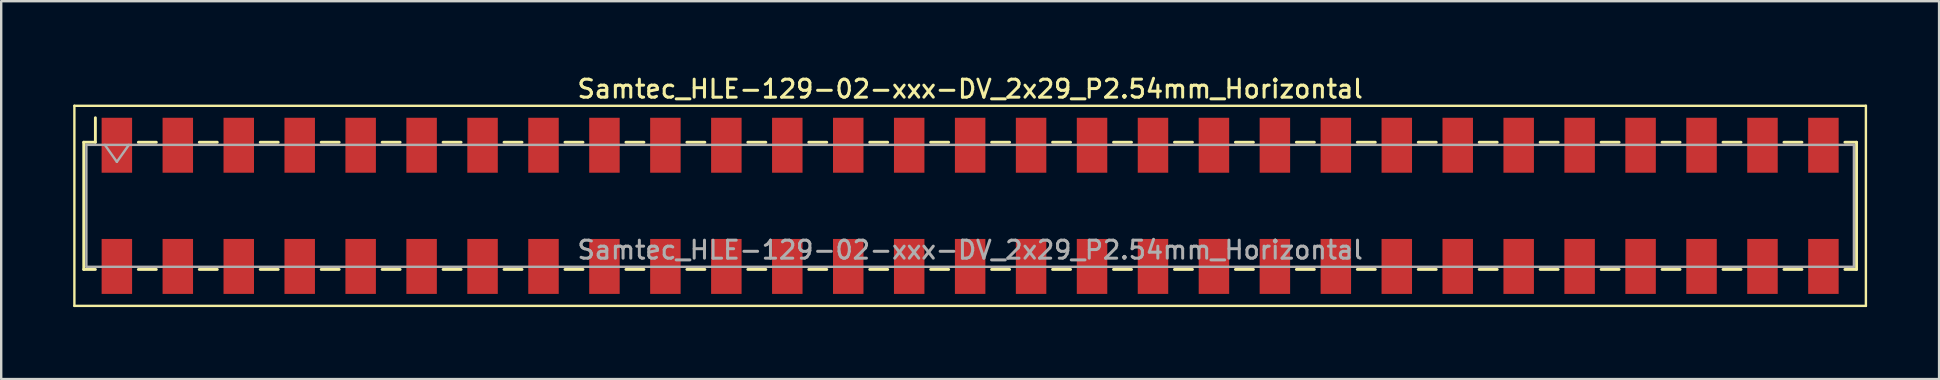
<source format=kicad_pcb>
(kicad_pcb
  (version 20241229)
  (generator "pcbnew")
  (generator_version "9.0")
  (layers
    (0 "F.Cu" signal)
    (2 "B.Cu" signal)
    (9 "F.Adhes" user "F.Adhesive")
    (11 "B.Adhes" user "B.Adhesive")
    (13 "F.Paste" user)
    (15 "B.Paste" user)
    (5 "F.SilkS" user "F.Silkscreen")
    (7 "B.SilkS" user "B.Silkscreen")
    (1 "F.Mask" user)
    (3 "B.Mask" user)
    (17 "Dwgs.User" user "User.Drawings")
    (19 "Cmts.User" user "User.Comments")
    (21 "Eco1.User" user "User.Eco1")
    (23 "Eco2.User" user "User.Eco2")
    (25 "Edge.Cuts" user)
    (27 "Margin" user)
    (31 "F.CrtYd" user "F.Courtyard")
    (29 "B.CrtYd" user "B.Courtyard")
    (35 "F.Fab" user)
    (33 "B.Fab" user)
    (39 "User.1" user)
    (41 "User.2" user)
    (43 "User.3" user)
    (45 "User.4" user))
  (footprint "Samtec_HLE-129-02-xxx-DV_2x29_P2.54mm_Horizontal"
    (layer "F.Cu")
    (at 37.38 5.528)
    (property "Reference" "Samtec_HLE-129-02-xxx-DV_2x29_P2.54mm_Horizontal" (at 0 -4.87 0) (layer "F.SilkS") (effects (font (size 0.75 0.75) (thickness 0.125))))
    (attr smd)
    (fp_line (start -37.33 -4.17) (end 37.33 -4.17) (stroke (width 0.1) (type solid)) (layer "F.SilkS"))
    (fp_line (start -37.33 4.17) (end -37.33 -4.17) (stroke (width 0.1) (type solid)) (layer "F.SilkS"))
    (fp_line (start -36.94 -2.65) (end -36.94 2.65) (stroke (width 0.12) (type solid)) (layer "F.SilkS"))
    (fp_line (start -36.94 2.65) (end -36.455 2.65) (stroke (width 0.12) (type solid)) (layer "F.SilkS"))
    (fp_line (start -36.455 -3.67) (end -36.455 -2.65) (stroke (width 0.12) (type solid)) (layer "F.SilkS"))
    (fp_line (start -36.455 -2.65) (end -36.94 -2.65) (stroke (width 0.12) (type solid)) (layer "F.SilkS"))
    (fp_line (start -34.665 -2.65) (end -33.915 -2.65) (stroke (width 0.12) (type solid)) (layer "F.SilkS"))
    (fp_line (start -34.665 2.65) (end -33.915 2.65) (stroke (width 0.12) (type solid)) (layer "F.SilkS"))
    (fp_line (start -32.125 -2.65) (end -31.375 -2.65) (stroke (width 0.12) (type solid)) (layer "F.SilkS"))
    (fp_line (start -32.125 2.65) (end -31.375 2.65) (stroke (width 0.12) (type solid)) (layer "F.SilkS"))
    (fp_line (start -29.585 -2.65) (end -28.835 -2.65) (stroke (width 0.12) (type solid)) (layer "F.SilkS"))
    (fp_line (start -29.585 2.65) (end -28.835 2.65) (stroke (width 0.12) (type solid)) (layer "F.SilkS"))
    (fp_line (start -27.045 -2.65) (end -26.295 -2.65) (stroke (width 0.12) (type solid)) (layer "F.SilkS"))
    (fp_line (start -27.045 2.65) (end -26.295 2.65) (stroke (width 0.12) (type solid)) (layer "F.SilkS"))
    (fp_line (start -24.505 -2.65) (end -23.755 -2.65) (stroke (width 0.12) (type solid)) (layer "F.SilkS"))
    (fp_line (start -24.505 2.65) (end -23.755 2.65) (stroke (width 0.12) (type solid)) (layer "F.SilkS"))
    (fp_line (start -21.965 -2.65) (end -21.215 -2.65) (stroke (width 0.12) (type solid)) (layer "F.SilkS"))
    (fp_line (start -21.965 2.65) (end -21.215 2.65) (stroke (width 0.12) (type solid)) (layer "F.SilkS"))
    (fp_line (start -19.425 -2.65) (end -18.675 -2.65) (stroke (width 0.12) (type solid)) (layer "F.SilkS"))
    (fp_line (start -19.425 2.65) (end -18.675 2.65) (stroke (width 0.12) (type solid)) (layer "F.SilkS"))
    (fp_line (start -16.885 -2.65) (end -16.135 -2.65) (stroke (width 0.12) (type solid)) (layer "F.SilkS"))
    (fp_line (start -16.885 2.65) (end -16.135 2.65) (stroke (width 0.12) (type solid)) (layer "F.SilkS"))
    (fp_line (start -14.345 -2.65) (end -13.595 -2.65) (stroke (width 0.12) (type solid)) (layer "F.SilkS"))
    (fp_line (start -14.345 2.65) (end -13.595 2.65) (stroke (width 0.12) (type solid)) (layer "F.SilkS"))
    (fp_line (start -11.805 -2.65) (end -11.055 -2.65) (stroke (width 0.12) (type solid)) (layer "F.SilkS"))
    (fp_line (start -11.805 2.65) (end -11.055 2.65) (stroke (width 0.12) (type solid)) (layer "F.SilkS"))
    (fp_line (start -9.265 -2.65) (end -8.515 -2.65) (stroke (width 0.12) (type solid)) (layer "F.SilkS"))
    (fp_line (start -9.265 2.65) (end -8.515 2.65) (stroke (width 0.12) (type solid)) (layer "F.SilkS"))
    (fp_line (start -6.725 -2.65) (end -5.975 -2.65) (stroke (width 0.12) (type solid)) (layer "F.SilkS"))
    (fp_line (start -6.725 2.65) (end -5.975 2.65) (stroke (width 0.12) (type solid)) (layer "F.SilkS"))
    (fp_line (start -4.185 -2.65) (end -3.435 -2.65) (stroke (width 0.12) (type solid)) (layer "F.SilkS"))
    (fp_line (start -4.185 2.65) (end -3.435 2.65) (stroke (width 0.12) (type solid)) (layer "F.SilkS"))
    (fp_line (start -1.645 -2.65) (end -0.895 -2.65) (stroke (width 0.12) (type solid)) (layer "F.SilkS"))
    (fp_line (start -1.645 2.65) (end -0.895 2.65) (stroke (width 0.12) (type solid)) (layer "F.SilkS"))
    (fp_line (start 0.895 -2.65) (end 1.645 -2.65) (stroke (width 0.12) (type solid)) (layer "F.SilkS"))
    (fp_line (start 0.895 2.65) (end 1.645 2.65) (stroke (width 0.12) (type solid)) (layer "F.SilkS"))
    (fp_line (start 3.435 -2.65) (end 4.185 -2.65) (stroke (width 0.12) (type solid)) (layer "F.SilkS"))
    (fp_line (start 3.435 2.65) (end 4.185 2.65) (stroke (width 0.12) (type solid)) (layer "F.SilkS"))
    (fp_line (start 5.975 -2.65) (end 6.725 -2.65) (stroke (width 0.12) (type solid)) (layer "F.SilkS"))
    (fp_line (start 5.975 2.65) (end 6.725 2.65) (stroke (width 0.12) (type solid)) (layer "F.SilkS"))
    (fp_line (start 8.515 -2.65) (end 9.265 -2.65) (stroke (width 0.12) (type solid)) (layer "F.SilkS"))
    (fp_line (start 8.515 2.65) (end 9.265 2.65) (stroke (width 0.12) (type solid)) (layer "F.SilkS"))
    (fp_line (start 11.055 -2.65) (end 11.805 -2.65) (stroke (width 0.12) (type solid)) (layer "F.SilkS"))
    (fp_line (start 11.055 2.65) (end 11.805 2.65) (stroke (width 0.12) (type solid)) (layer "F.SilkS"))
    (fp_line (start 13.595 -2.65) (end 14.345 -2.65) (stroke (width 0.12) (type solid)) (layer "F.SilkS"))
    (fp_line (start 13.595 2.65) (end 14.345 2.65) (stroke (width 0.12) (type solid)) (layer "F.SilkS"))
    (fp_line (start 16.135 -2.65) (end 16.885 -2.65) (stroke (width 0.12) (type solid)) (layer "F.SilkS"))
    (fp_line (start 16.135 2.65) (end 16.885 2.65) (stroke (width 0.12) (type solid)) (layer "F.SilkS"))
    (fp_line (start 18.675 -2.65) (end 19.425 -2.65) (stroke (width 0.12) (type solid)) (layer "F.SilkS"))
    (fp_line (start 18.675 2.65) (end 19.425 2.65) (stroke (width 0.12) (type solid)) (layer "F.SilkS"))
    (fp_line (start 21.215 -2.65) (end 21.965 -2.65) (stroke (width 0.12) (type solid)) (layer "F.SilkS"))
    (fp_line (start 21.215 2.65) (end 21.965 2.65) (stroke (width 0.12) (type solid)) (layer "F.SilkS"))
    (fp_line (start 23.755 -2.65) (end 24.505 -2.65) (stroke (width 0.12) (type solid)) (layer "F.SilkS"))
    (fp_line (start 23.755 2.65) (end 24.505 2.65) (stroke (width 0.12) (type solid)) (layer "F.SilkS"))
    (fp_line (start 26.295 -2.65) (end 27.045 -2.65) (stroke (width 0.12) (type solid)) (layer "F.SilkS"))
    (fp_line (start 26.295 2.65) (end 27.045 2.65) (stroke (width 0.12) (type solid)) (layer "F.SilkS"))
    (fp_line (start 28.835 -2.65) (end 29.585 -2.65) (stroke (width 0.12) (type solid)) (layer "F.SilkS"))
    (fp_line (start 28.835 2.65) (end 29.585 2.65) (stroke (width 0.12) (type solid)) (layer "F.SilkS"))
    (fp_line (start 31.375 -2.65) (end 32.125 -2.65) (stroke (width 0.12) (type solid)) (layer "F.SilkS"))
    (fp_line (start 31.375 2.65) (end 32.125 2.65) (stroke (width 0.12) (type solid)) (layer "F.SilkS"))
    (fp_line (start 33.915 -2.65) (end 34.665 -2.65) (stroke (width 0.12) (type solid)) (layer "F.SilkS"))
    (fp_line (start 33.915 2.65) (end 34.665 2.65) (stroke (width 0.12) (type solid)) (layer "F.SilkS"))
    (fp_line (start 36.455 -2.65) (end 36.94 -2.65) (stroke (width 0.12) (type solid)) (layer "F.SilkS"))
    (fp_line (start 36.94 -2.65) (end 36.94 2.65) (stroke (width 0.12) (type solid)) (layer "F.SilkS"))
    (fp_line (start 36.94 2.65) (end 36.455 2.65) (stroke (width 0.12) (type solid)) (layer "F.SilkS"))
    (fp_line (start 37.33 -4.17) (end 37.33 4.17) (stroke (width 0.1) (type solid)) (layer "F.SilkS"))
    (fp_line (start 37.33 4.17) (end -37.33 4.17) (stroke (width 0.1) (type solid)) (layer "F.SilkS"))
    (fp_line (start -36.83 -2.54) (end 36.83 -2.54) (stroke (width 0.1) (type solid)) (layer "F.Fab"))
    (fp_line (start -36.83 2.54) (end -36.83 -2.54) (stroke (width 0.1) (type solid)) (layer "F.Fab"))
    (fp_line (start -36.06 -2.54) (end -35.56 -1.833) (stroke (width 0.1) (type solid)) (layer "F.Fab"))
    (fp_line (start -35.56 -1.833) (end -35.06 -2.54) (stroke (width 0.1) (type solid)) (layer "F.Fab"))
    (fp_line (start 36.83 -2.54) (end 36.83 2.54) (stroke (width 0.1) (type solid)) (layer "F.Fab"))
    (fp_line (start 36.83 2.54) (end -36.83 2.54) (stroke (width 0.1) (type solid)) (layer "F.Fab"))
    (fp_text user "${REFERENCE}" (at 0 1.84 0) (layer "F.Fab") (effects (font (size 0.75 0.75) (thickness 0.125))))
    (pad "1" smd rect (at -35.56 -2.525) (size 1.27 2.29) (layers "F.Cu" "F.Mask" "F.Paste"))
    (pad "2" smd rect (at -35.56 2.525) (size 1.27 2.29) (layers "F.Cu" "F.Mask" "F.Paste"))
    (pad "3" smd rect (at -33.02 -2.525) (size 1.27 2.29) (layers "F.Cu" "F.Mask" "F.Paste"))
    (pad "4" smd rect (at -33.02 2.525) (size 1.27 2.29) (layers "F.Cu" "F.Mask" "F.Paste"))
    (pad "5" smd rect (at -30.48 -2.525) (size 1.27 2.29) (layers "F.Cu" "F.Mask" "F.Paste"))
    (pad "6" smd rect (at -30.48 2.525) (size 1.27 2.29) (layers "F.Cu" "F.Mask" "F.Paste"))
    (pad "7" smd rect (at -27.94 -2.525) (size 1.27 2.29) (layers "F.Cu" "F.Mask" "F.Paste"))
    (pad "8" smd rect (at -27.94 2.525) (size 1.27 2.29) (layers "F.Cu" "F.Mask" "F.Paste"))
    (pad "9" smd rect (at -25.4 -2.525) (size 1.27 2.29) (layers "F.Cu" "F.Mask" "F.Paste"))
    (pad "10" smd rect (at -25.4 2.525) (size 1.27 2.29) (layers "F.Cu" "F.Mask" "F.Paste"))
    (pad "11" smd rect (at -22.86 -2.525) (size 1.27 2.29) (layers "F.Cu" "F.Mask" "F.Paste"))
    (pad "12" smd rect (at -22.86 2.525) (size 1.27 2.29) (layers "F.Cu" "F.Mask" "F.Paste"))
    (pad "13" smd rect (at -20.32 -2.525) (size 1.27 2.29) (layers "F.Cu" "F.Mask" "F.Paste"))
    (pad "14" smd rect (at -20.32 2.525) (size 1.27 2.29) (layers "F.Cu" "F.Mask" "F.Paste"))
    (pad "15" smd rect (at -17.78 -2.525) (size 1.27 2.29) (layers "F.Cu" "F.Mask" "F.Paste"))
    (pad "16" smd rect (at -17.78 2.525) (size 1.27 2.29) (layers "F.Cu" "F.Mask" "F.Paste"))
    (pad "17" smd rect (at -15.24 -2.525) (size 1.27 2.29) (layers "F.Cu" "F.Mask" "F.Paste"))
    (pad "18" smd rect (at -15.24 2.525) (size 1.27 2.29) (layers "F.Cu" "F.Mask" "F.Paste"))
    (pad "19" smd rect (at -12.7 -2.525) (size 1.27 2.29) (layers "F.Cu" "F.Mask" "F.Paste"))
    (pad "20" smd rect (at -12.7 2.525) (size 1.27 2.29) (layers "F.Cu" "F.Mask" "F.Paste"))
    (pad "21" smd rect (at -10.16 -2.525) (size 1.27 2.29) (layers "F.Cu" "F.Mask" "F.Paste"))
    (pad "22" smd rect (at -10.16 2.525) (size 1.27 2.29) (layers "F.Cu" "F.Mask" "F.Paste"))
    (pad "23" smd rect (at -7.62 -2.525) (size 1.27 2.29) (layers "F.Cu" "F.Mask" "F.Paste"))
    (pad "24" smd rect (at -7.62 2.525) (size 1.27 2.29) (layers "F.Cu" "F.Mask" "F.Paste"))
    (pad "25" smd rect (at -5.08 -2.525) (size 1.27 2.29) (layers "F.Cu" "F.Mask" "F.Paste"))
    (pad "26" smd rect (at -5.08 2.525) (size 1.27 2.29) (layers "F.Cu" "F.Mask" "F.Paste"))
    (pad "27" smd rect (at -2.54 -2.525) (size 1.27 2.29) (layers "F.Cu" "F.Mask" "F.Paste"))
    (pad "28" smd rect (at -2.54 2.525) (size 1.27 2.29) (layers "F.Cu" "F.Mask" "F.Paste"))
    (pad "29" smd rect (at 0 -2.525) (size 1.27 2.29) (layers "F.Cu" "F.Mask" "F.Paste"))
    (pad "30" smd rect (at 0 2.525) (size 1.27 2.29) (layers "F.Cu" "F.Mask" "F.Paste"))
    (pad "31" smd rect (at 2.54 -2.525) (size 1.27 2.29) (layers "F.Cu" "F.Mask" "F.Paste"))
    (pad "32" smd rect (at 2.54 2.525) (size 1.27 2.29) (layers "F.Cu" "F.Mask" "F.Paste"))
    (pad "33" smd rect (at 5.08 -2.525) (size 1.27 2.29) (layers "F.Cu" "F.Mask" "F.Paste"))
    (pad "34" smd rect (at 5.08 2.525) (size 1.27 2.29) (layers "F.Cu" "F.Mask" "F.Paste"))
    (pad "35" smd rect (at 7.62 -2.525) (size 1.27 2.29) (layers "F.Cu" "F.Mask" "F.Paste"))
    (pad "36" smd rect (at 7.62 2.525) (size 1.27 2.29) (layers "F.Cu" "F.Mask" "F.Paste"))
    (pad "37" smd rect (at 10.16 -2.525) (size 1.27 2.29) (layers "F.Cu" "F.Mask" "F.Paste"))
    (pad "38" smd rect (at 10.16 2.525) (size 1.27 2.29) (layers "F.Cu" "F.Mask" "F.Paste"))
    (pad "39" smd rect (at 12.7 -2.525) (size 1.27 2.29) (layers "F.Cu" "F.Mask" "F.Paste"))
    (pad "40" smd rect (at 12.7 2.525) (size 1.27 2.29) (layers "F.Cu" "F.Mask" "F.Paste"))
    (pad "41" smd rect (at 15.24 -2.525) (size 1.27 2.29) (layers "F.Cu" "F.Mask" "F.Paste"))
    (pad "42" smd rect (at 15.24 2.525) (size 1.27 2.29) (layers "F.Cu" "F.Mask" "F.Paste"))
    (pad "43" smd rect (at 17.78 -2.525) (size 1.27 2.29) (layers "F.Cu" "F.Mask" "F.Paste"))
    (pad "44" smd rect (at 17.78 2.525) (size 1.27 2.29) (layers "F.Cu" "F.Mask" "F.Paste"))
    (pad "45" smd rect (at 20.32 -2.525) (size 1.27 2.29) (layers "F.Cu" "F.Mask" "F.Paste"))
    (pad "46" smd rect (at 20.32 2.525) (size 1.27 2.29) (layers "F.Cu" "F.Mask" "F.Paste"))
    (pad "47" smd rect (at 22.86 -2.525) (size 1.27 2.29) (layers "F.Cu" "F.Mask" "F.Paste"))
    (pad "48" smd rect (at 22.86 2.525) (size 1.27 2.29) (layers "F.Cu" "F.Mask" "F.Paste"))
    (pad "49" smd rect (at 25.4 -2.525) (size 1.27 2.29) (layers "F.Cu" "F.Mask" "F.Paste"))
    (pad "50" smd rect (at 25.4 2.525) (size 1.27 2.29) (layers "F.Cu" "F.Mask" "F.Paste"))
    (pad "51" smd rect (at 27.94 -2.525) (size 1.27 2.29) (layers "F.Cu" "F.Mask" "F.Paste"))
    (pad "52" smd rect (at 27.94 2.525) (size 1.27 2.29) (layers "F.Cu" "F.Mask" "F.Paste"))
    (pad "53" smd rect (at 30.48 -2.525) (size 1.27 2.29) (layers "F.Cu" "F.Mask" "F.Paste"))
    (pad "54" smd rect (at 30.48 2.525) (size 1.27 2.29) (layers "F.Cu" "F.Mask" "F.Paste"))
    (pad "55" smd rect (at 33.02 -2.525) (size 1.27 2.29) (layers "F.Cu" "F.Mask" "F.Paste"))
    (pad "56" smd rect (at 33.02 2.525) (size 1.27 2.29) (layers "F.Cu" "F.Mask" "F.Paste"))
    (pad "57" smd rect (at 35.56 -2.525) (size 1.27 2.29) (layers "F.Cu" "F.Mask" "F.Paste"))
    (pad "58" smd rect (at 35.56 2.525) (size 1.27 2.29) (layers "F.Cu" "F.Mask" "F.Paste")))
  (gr_rect
    (start -3 -3)
    (end 77.76 12.748)
    (stroke (width 0.1) (type default))
    (fill no)
    (layer "Edge.Cuts")))
</source>
